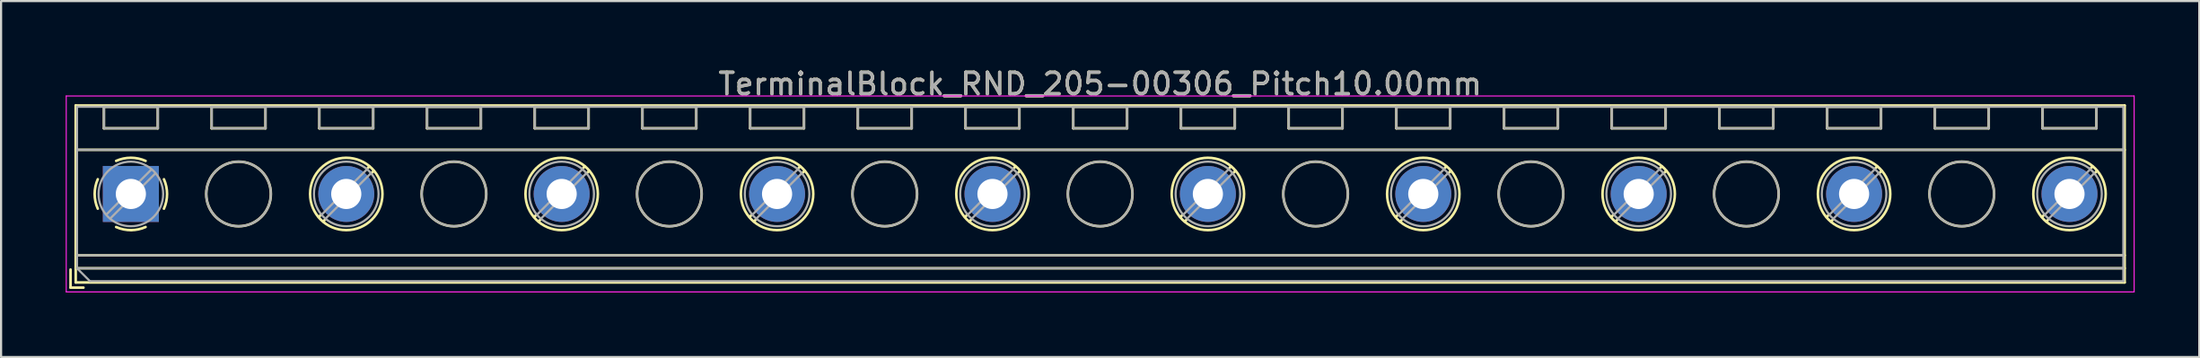
<source format=kicad_pcb>
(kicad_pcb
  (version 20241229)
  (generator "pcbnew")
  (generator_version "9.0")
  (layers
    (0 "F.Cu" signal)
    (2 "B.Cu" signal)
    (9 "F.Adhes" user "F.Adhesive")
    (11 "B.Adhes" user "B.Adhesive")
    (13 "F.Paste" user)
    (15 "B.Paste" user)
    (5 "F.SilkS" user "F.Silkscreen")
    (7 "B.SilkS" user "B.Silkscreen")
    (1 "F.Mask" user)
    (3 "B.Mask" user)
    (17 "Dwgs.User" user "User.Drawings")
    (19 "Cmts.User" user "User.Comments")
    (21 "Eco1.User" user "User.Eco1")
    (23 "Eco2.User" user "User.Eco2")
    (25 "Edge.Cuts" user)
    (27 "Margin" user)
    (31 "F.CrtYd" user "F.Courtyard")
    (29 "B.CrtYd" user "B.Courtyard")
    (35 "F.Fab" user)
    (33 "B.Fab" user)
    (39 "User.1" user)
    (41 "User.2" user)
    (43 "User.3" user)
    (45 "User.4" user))
  (footprint "TerminalBlock_RND_205-00306_Pitch10.00mm"
    (layer "F.Cu")
    (at 3.025 5.958)
    (property "Reference" "TerminalBlock_RND_205-00306_Pitch10.00mm" (at 45 -5.11 0) (layer "F.SilkS") (effects (font (size 1 1) (thickness 0.15))))
    (attr through_hole)
    (fp_line (start -2.8 3.51) (end -2.8 4.35) (stroke (width 0.12) (type solid)) (layer "F.SilkS"))
    (fp_line (start -2.8 4.35) (end -2.2 4.35) (stroke (width 0.12) (type solid)) (layer "F.SilkS"))
    (fp_line (start -2.56 -4.11) (end -2.56 4.11) (stroke (width 0.12) (type solid)) (layer "F.SilkS"))
    (fp_line (start -2.56 -2.05) (end 92.56 -2.05) (stroke (width 0.12) (type solid)) (layer "F.SilkS"))
    (fp_line (start -2.56 2.85) (end 92.56 2.85) (stroke (width 0.12) (type solid)) (layer "F.SilkS"))
    (fp_line (start -2.56 3.45) (end 92.56 3.45) (stroke (width 0.12) (type solid)) (layer "F.SilkS"))
    (fp_line (start -2.56 4.11) (end 92.56 4.11) (stroke (width 0.12) (type solid)) (layer "F.SilkS"))
    (fp_line (start -1.25 -4.05) (end -1.25 -3.05) (stroke (width 0.12) (type solid)) (layer "F.SilkS"))
    (fp_line (start -1.25 -4.05) (end 1.25 -4.05) (stroke (width 0.12) (type solid)) (layer "F.SilkS"))
    (fp_line (start -1.25 -3.05) (end 1.25 -3.05) (stroke (width 0.12) (type solid)) (layer "F.SilkS"))
    (fp_line (start 1.25 -4.05) (end 1.25 -3.05) (stroke (width 0.12) (type solid)) (layer "F.SilkS"))
    (fp_line (start 3.75 -4.05) (end 3.75 -3.05) (stroke (width 0.12) (type solid)) (layer "F.SilkS"))
    (fp_line (start 3.75 -4.05) (end 6.25 -4.05) (stroke (width 0.12) (type solid)) (layer "F.SilkS"))
    (fp_line (start 3.75 -3.05) (end 6.25 -3.05) (stroke (width 0.12) (type solid)) (layer "F.SilkS"))
    (fp_line (start 6.25 -4.05) (end 6.25 -3.05) (stroke (width 0.12) (type solid)) (layer "F.SilkS"))
    (fp_line (start 8.75 -4.05) (end 8.75 -3.05) (stroke (width 0.12) (type solid)) (layer "F.SilkS"))
    (fp_line (start 8.75 -4.05) (end 11.25 -4.05) (stroke (width 0.12) (type solid)) (layer "F.SilkS"))
    (fp_line (start 8.75 -3.05) (end 11.25 -3.05) (stroke (width 0.12) (type solid)) (layer "F.SilkS"))
    (fp_line (start 8.82 0.976) (end 8.726 1.069) (stroke (width 0.12) (type solid)) (layer "F.SilkS"))
    (fp_line (start 9.002 1.204) (end 8.931 1.274) (stroke (width 0.12) (type solid)) (layer "F.SilkS"))
    (fp_line (start 11.07 -1.275) (end 10.999 -1.204) (stroke (width 0.12) (type solid)) (layer "F.SilkS"))
    (fp_line (start 11.25 -4.05) (end 11.25 -3.05) (stroke (width 0.12) (type solid)) (layer "F.SilkS"))
    (fp_line (start 11.275 -1.069) (end 11.181 -0.976) (stroke (width 0.12) (type solid)) (layer "F.SilkS"))
    (fp_line (start 13.75 -4.05) (end 13.75 -3.05) (stroke (width 0.12) (type solid)) (layer "F.SilkS"))
    (fp_line (start 13.75 -4.05) (end 16.25 -4.05) (stroke (width 0.12) (type solid)) (layer "F.SilkS"))
    (fp_line (start 13.75 -3.05) (end 16.25 -3.05) (stroke (width 0.12) (type solid)) (layer "F.SilkS"))
    (fp_line (start 16.25 -4.05) (end 16.25 -3.05) (stroke (width 0.12) (type solid)) (layer "F.SilkS"))
    (fp_line (start 18.75 -4.05) (end 18.75 -3.05) (stroke (width 0.12) (type solid)) (layer "F.SilkS"))
    (fp_line (start 18.75 -4.05) (end 21.25 -4.05) (stroke (width 0.12) (type solid)) (layer "F.SilkS"))
    (fp_line (start 18.75 -3.05) (end 21.25 -3.05) (stroke (width 0.12) (type solid)) (layer "F.SilkS"))
    (fp_line (start 18.82 0.976) (end 18.726 1.069) (stroke (width 0.12) (type solid)) (layer "F.SilkS"))
    (fp_line (start 19.002 1.204) (end 18.931 1.274) (stroke (width 0.12) (type solid)) (layer "F.SilkS"))
    (fp_line (start 21.07 -1.275) (end 20.999 -1.204) (stroke (width 0.12) (type solid)) (layer "F.SilkS"))
    (fp_line (start 21.25 -4.05) (end 21.25 -3.05) (stroke (width 0.12) (type solid)) (layer "F.SilkS"))
    (fp_line (start 21.275 -1.069) (end 21.181 -0.976) (stroke (width 0.12) (type solid)) (layer "F.SilkS"))
    (fp_line (start 23.75 -4.05) (end 23.75 -3.05) (stroke (width 0.12) (type solid)) (layer "F.SilkS"))
    (fp_line (start 23.75 -4.05) (end 26.25 -4.05) (stroke (width 0.12) (type solid)) (layer "F.SilkS"))
    (fp_line (start 23.75 -3.05) (end 26.25 -3.05) (stroke (width 0.12) (type solid)) (layer "F.SilkS"))
    (fp_line (start 26.25 -4.05) (end 26.25 -3.05) (stroke (width 0.12) (type solid)) (layer "F.SilkS"))
    (fp_line (start 28.75 -4.05) (end 28.75 -3.05) (stroke (width 0.12) (type solid)) (layer "F.SilkS"))
    (fp_line (start 28.75 -4.05) (end 31.25 -4.05) (stroke (width 0.12) (type solid)) (layer "F.SilkS"))
    (fp_line (start 28.75 -3.05) (end 31.25 -3.05) (stroke (width 0.12) (type solid)) (layer "F.SilkS"))
    (fp_line (start 28.82 0.976) (end 28.726 1.069) (stroke (width 0.12) (type solid)) (layer "F.SilkS"))
    (fp_line (start 29.002 1.204) (end 28.931 1.274) (stroke (width 0.12) (type solid)) (layer "F.SilkS"))
    (fp_line (start 31.07 -1.275) (end 30.999 -1.204) (stroke (width 0.12) (type solid)) (layer "F.SilkS"))
    (fp_line (start 31.25 -4.05) (end 31.25 -3.05) (stroke (width 0.12) (type solid)) (layer "F.SilkS"))
    (fp_line (start 31.275 -1.069) (end 31.181 -0.976) (stroke (width 0.12) (type solid)) (layer "F.SilkS"))
    (fp_line (start 33.75 -4.05) (end 33.75 -3.05) (stroke (width 0.12) (type solid)) (layer "F.SilkS"))
    (fp_line (start 33.75 -4.05) (end 36.25 -4.05) (stroke (width 0.12) (type solid)) (layer "F.SilkS"))
    (fp_line (start 33.75 -3.05) (end 36.25 -3.05) (stroke (width 0.12) (type solid)) (layer "F.SilkS"))
    (fp_line (start 36.25 -4.05) (end 36.25 -3.05) (stroke (width 0.12) (type solid)) (layer "F.SilkS"))
    (fp_line (start 38.75 -4.05) (end 38.75 -3.05) (stroke (width 0.12) (type solid)) (layer "F.SilkS"))
    (fp_line (start 38.75 -4.05) (end 41.25 -4.05) (stroke (width 0.12) (type solid)) (layer "F.SilkS"))
    (fp_line (start 38.75 -3.05) (end 41.25 -3.05) (stroke (width 0.12) (type solid)) (layer "F.SilkS"))
    (fp_line (start 38.82 0.976) (end 38.726 1.069) (stroke (width 0.12) (type solid)) (layer "F.SilkS"))
    (fp_line (start 39.002 1.204) (end 38.931 1.274) (stroke (width 0.12) (type solid)) (layer "F.SilkS"))
    (fp_line (start 41.07 -1.275) (end 40.999 -1.204) (stroke (width 0.12) (type solid)) (layer "F.SilkS"))
    (fp_line (start 41.25 -4.05) (end 41.25 -3.05) (stroke (width 0.12) (type solid)) (layer "F.SilkS"))
    (fp_line (start 41.275 -1.069) (end 41.181 -0.976) (stroke (width 0.12) (type solid)) (layer "F.SilkS"))
    (fp_line (start 43.75 -4.05) (end 43.75 -3.05) (stroke (width 0.12) (type solid)) (layer "F.SilkS"))
    (fp_line (start 43.75 -4.05) (end 46.25 -4.05) (stroke (width 0.12) (type solid)) (layer "F.SilkS"))
    (fp_line (start 43.75 -3.05) (end 46.25 -3.05) (stroke (width 0.12) (type solid)) (layer "F.SilkS"))
    (fp_line (start 46.25 -4.05) (end 46.25 -3.05) (stroke (width 0.12) (type solid)) (layer "F.SilkS"))
    (fp_line (start 48.75 -4.05) (end 48.75 -3.05) (stroke (width 0.12) (type solid)) (layer "F.SilkS"))
    (fp_line (start 48.75 -4.05) (end 51.25 -4.05) (stroke (width 0.12) (type solid)) (layer "F.SilkS"))
    (fp_line (start 48.75 -3.05) (end 51.25 -3.05) (stroke (width 0.12) (type solid)) (layer "F.SilkS"))
    (fp_line (start 48.82 0.976) (end 48.726 1.069) (stroke (width 0.12) (type solid)) (layer "F.SilkS"))
    (fp_line (start 49.002 1.204) (end 48.931 1.274) (stroke (width 0.12) (type solid)) (layer "F.SilkS"))
    (fp_line (start 51.07 -1.275) (end 50.999 -1.204) (stroke (width 0.12) (type solid)) (layer "F.SilkS"))
    (fp_line (start 51.25 -4.05) (end 51.25 -3.05) (stroke (width 0.12) (type solid)) (layer "F.SilkS"))
    (fp_line (start 51.275 -1.069) (end 51.181 -0.976) (stroke (width 0.12) (type solid)) (layer "F.SilkS"))
    (fp_line (start 53.75 -4.05) (end 53.75 -3.05) (stroke (width 0.12) (type solid)) (layer "F.SilkS"))
    (fp_line (start 53.75 -4.05) (end 56.25 -4.05) (stroke (width 0.12) (type solid)) (layer "F.SilkS"))
    (fp_line (start 53.75 -3.05) (end 56.25 -3.05) (stroke (width 0.12) (type solid)) (layer "F.SilkS"))
    (fp_line (start 56.25 -4.05) (end 56.25 -3.05) (stroke (width 0.12) (type solid)) (layer "F.SilkS"))
    (fp_line (start 58.75 -4.05) (end 58.75 -3.05) (stroke (width 0.12) (type solid)) (layer "F.SilkS"))
    (fp_line (start 58.75 -4.05) (end 61.25 -4.05) (stroke (width 0.12) (type solid)) (layer "F.SilkS"))
    (fp_line (start 58.75 -3.05) (end 61.25 -3.05) (stroke (width 0.12) (type solid)) (layer "F.SilkS"))
    (fp_line (start 58.82 0.976) (end 58.726 1.069) (stroke (width 0.12) (type solid)) (layer "F.SilkS"))
    (fp_line (start 59.002 1.204) (end 58.931 1.274) (stroke (width 0.12) (type solid)) (layer "F.SilkS"))
    (fp_line (start 61.07 -1.275) (end 60.999 -1.204) (stroke (width 0.12) (type solid)) (layer "F.SilkS"))
    (fp_line (start 61.25 -4.05) (end 61.25 -3.05) (stroke (width 0.12) (type solid)) (layer "F.SilkS"))
    (fp_line (start 61.275 -1.069) (end 61.181 -0.976) (stroke (width 0.12) (type solid)) (layer "F.SilkS"))
    (fp_line (start 63.75 -4.05) (end 63.75 -3.05) (stroke (width 0.12) (type solid)) (layer "F.SilkS"))
    (fp_line (start 63.75 -4.05) (end 66.25 -4.05) (stroke (width 0.12) (type solid)) (layer "F.SilkS"))
    (fp_line (start 63.75 -3.05) (end 66.25 -3.05) (stroke (width 0.12) (type solid)) (layer "F.SilkS"))
    (fp_line (start 66.25 -4.05) (end 66.25 -3.05) (stroke (width 0.12) (type solid)) (layer "F.SilkS"))
    (fp_line (start 68.75 -4.05) (end 68.75 -3.05) (stroke (width 0.12) (type solid)) (layer "F.SilkS"))
    (fp_line (start 68.75 -4.05) (end 71.25 -4.05) (stroke (width 0.12) (type solid)) (layer "F.SilkS"))
    (fp_line (start 68.75 -3.05) (end 71.25 -3.05) (stroke (width 0.12) (type solid)) (layer "F.SilkS"))
    (fp_line (start 68.82 0.976) (end 68.726 1.069) (stroke (width 0.12) (type solid)) (layer "F.SilkS"))
    (fp_line (start 69.002 1.204) (end 68.931 1.274) (stroke (width 0.12) (type solid)) (layer "F.SilkS"))
    (fp_line (start 71.07 -1.275) (end 70.999 -1.204) (stroke (width 0.12) (type solid)) (layer "F.SilkS"))
    (fp_line (start 71.25 -4.05) (end 71.25 -3.05) (stroke (width 0.12) (type solid)) (layer "F.SilkS"))
    (fp_line (start 71.275 -1.069) (end 71.181 -0.976) (stroke (width 0.12) (type solid)) (layer "F.SilkS"))
    (fp_line (start 73.75 -4.05) (end 73.75 -3.05) (stroke (width 0.12) (type solid)) (layer "F.SilkS"))
    (fp_line (start 73.75 -4.05) (end 76.25 -4.05) (stroke (width 0.12) (type solid)) (layer "F.SilkS"))
    (fp_line (start 73.75 -3.05) (end 76.25 -3.05) (stroke (width 0.12) (type solid)) (layer "F.SilkS"))
    (fp_line (start 76.25 -4.05) (end 76.25 -3.05) (stroke (width 0.12) (type solid)) (layer "F.SilkS"))
    (fp_line (start 78.75 -4.05) (end 78.75 -3.05) (stroke (width 0.12) (type solid)) (layer "F.SilkS"))
    (fp_line (start 78.75 -4.05) (end 81.25 -4.05) (stroke (width 0.12) (type solid)) (layer "F.SilkS"))
    (fp_line (start 78.75 -3.05) (end 81.25 -3.05) (stroke (width 0.12) (type solid)) (layer "F.SilkS"))
    (fp_line (start 78.82 0.976) (end 78.726 1.069) (stroke (width 0.12) (type solid)) (layer "F.SilkS"))
    (fp_line (start 79.002 1.204) (end 78.931 1.274) (stroke (width 0.12) (type solid)) (layer "F.SilkS"))
    (fp_line (start 81.07 -1.275) (end 80.999 -1.204) (stroke (width 0.12) (type solid)) (layer "F.SilkS"))
    (fp_line (start 81.25 -4.05) (end 81.25 -3.05) (stroke (width 0.12) (type solid)) (layer "F.SilkS"))
    (fp_line (start 81.275 -1.069) (end 81.181 -0.976) (stroke (width 0.12) (type solid)) (layer "F.SilkS"))
    (fp_line (start 83.75 -4.05) (end 83.75 -3.05) (stroke (width 0.12) (type solid)) (layer "F.SilkS"))
    (fp_line (start 83.75 -4.05) (end 86.25 -4.05) (stroke (width 0.12) (type solid)) (layer "F.SilkS"))
    (fp_line (start 83.75 -3.05) (end 86.25 -3.05) (stroke (width 0.12) (type solid)) (layer "F.SilkS"))
    (fp_line (start 86.25 -4.05) (end 86.25 -3.05) (stroke (width 0.12) (type solid)) (layer "F.SilkS"))
    (fp_line (start 88.75 -4.05) (end 88.75 -3.05) (stroke (width 0.12) (type solid)) (layer "F.SilkS"))
    (fp_line (start 88.75 -4.05) (end 91.25 -4.05) (stroke (width 0.12) (type solid)) (layer "F.SilkS"))
    (fp_line (start 88.75 -3.05) (end 91.25 -3.05) (stroke (width 0.12) (type solid)) (layer "F.SilkS"))
    (fp_line (start 88.82 0.976) (end 88.726 1.069) (stroke (width 0.12) (type solid)) (layer "F.SilkS"))
    (fp_line (start 89.002 1.204) (end 88.931 1.274) (stroke (width 0.12) (type solid)) (layer "F.SilkS"))
    (fp_line (start 91.07 -1.275) (end 90.999 -1.204) (stroke (width 0.12) (type solid)) (layer "F.SilkS"))
    (fp_line (start 91.25 -4.05) (end 91.25 -3.05) (stroke (width 0.12) (type solid)) (layer "F.SilkS"))
    (fp_line (start 91.275 -1.069) (end 91.181 -0.976) (stroke (width 0.12) (type solid)) (layer "F.SilkS"))
    (fp_line (start 92.56 -4.11) (end -2.56 -4.11) (stroke (width 0.12) (type solid)) (layer "F.SilkS"))
    (fp_line (start 92.56 4.11) (end 92.56 -4.11) (stroke (width 0.12) (type solid)) (layer "F.SilkS"))
    (fp_arc (start -1.535427 0.683042) (mid -1.680501 -0.000524) (end -1.535 -0.684) (stroke (width 0.12) (type solid)) (layer "F.SilkS"))
    (fp_arc (start -0.683042 -1.535427) (mid 0.000524 -1.680501) (end 0.684 -1.535) (stroke (width 0.12) (type solid)) (layer "F.SilkS"))
    (fp_arc (start 0.028805 1.680253) (mid -0.335551 1.646659) (end -0.684 1.535) (stroke (width 0.12) (type solid)) (layer "F.SilkS"))
    (fp_arc (start 0.683318 1.534756) (mid 0.349292 1.643288) (end 0 1.68) (stroke (width 0.12) (type solid)) (layer "F.SilkS"))
    (fp_arc (start 1.535427 -0.683042) (mid 1.680501 0.000524) (end 1.535 0.684) (stroke (width 0.12) (type solid)) (layer "F.SilkS"))
    (fp_circle (center 5 0) (end 6.5 0) (stroke (width 0.12) (type solid)) (fill no) (layer "F.SilkS"))
    (fp_circle (center 10 0) (end 11.68 0) (stroke (width 0.12) (type solid)) (fill no) (layer "F.SilkS"))
    (fp_circle (center 15 0) (end 16.5 0) (stroke (width 0.12) (type solid)) (fill no) (layer "F.SilkS"))
    (fp_circle (center 20 0) (end 21.68 0) (stroke (width 0.12) (type solid)) (fill no) (layer "F.SilkS"))
    (fp_circle (center 25 0) (end 26.5 0) (stroke (width 0.12) (type solid)) (fill no) (layer "F.SilkS"))
    (fp_circle (center 30 0) (end 31.68 0) (stroke (width 0.12) (type solid)) (fill no) (layer "F.SilkS"))
    (fp_circle (center 35 0) (end 36.5 0) (stroke (width 0.12) (type solid)) (fill no) (layer "F.SilkS"))
    (fp_circle (center 40 0) (end 41.68 0) (stroke (width 0.12) (type solid)) (fill no) (layer "F.SilkS"))
    (fp_circle (center 45 0) (end 46.5 0) (stroke (width 0.12) (type solid)) (fill no) (layer "F.SilkS"))
    (fp_circle (center 50 0) (end 51.68 0) (stroke (width 0.12) (type solid)) (fill no) (layer "F.SilkS"))
    (fp_circle (center 55 0) (end 56.5 0) (stroke (width 0.12) (type solid)) (fill no) (layer "F.SilkS"))
    (fp_circle (center 60 0) (end 61.68 0) (stroke (width 0.12) (type solid)) (fill no) (layer "F.SilkS"))
    (fp_circle (center 65 0) (end 66.5 0) (stroke (width 0.12) (type solid)) (fill no) (layer "F.SilkS"))
    (fp_circle (center 70 0) (end 71.68 0) (stroke (width 0.12) (type solid)) (fill no) (layer "F.SilkS"))
    (fp_circle (center 75 0) (end 76.5 0) (stroke (width 0.12) (type solid)) (fill no) (layer "F.SilkS"))
    (fp_circle (center 80 0) (end 81.68 0) (stroke (width 0.12) (type solid)) (fill no) (layer "F.SilkS"))
    (fp_circle (center 85 0) (end 86.5 0) (stroke (width 0.12) (type solid)) (fill no) (layer "F.SilkS"))
    (fp_circle (center 90 0) (end 91.68 0) (stroke (width 0.12) (type solid)) (fill no) (layer "F.SilkS"))
    (fp_line (start -3 -4.55) (end -3 4.55) (stroke (width 0.05) (type solid)) (layer "F.CrtYd"))
    (fp_line (start -3 4.55) (end 93 4.55) (stroke (width 0.05) (type solid)) (layer "F.CrtYd"))
    (fp_line (start 93 -4.55) (end -3 -4.55) (stroke (width 0.05) (type solid)) (layer "F.CrtYd"))
    (fp_line (start 93 4.55) (end 93 -4.55) (stroke (width 0.05) (type solid)) (layer "F.CrtYd"))
    (fp_line (start -2.5 -4.05) (end 92.5 -4.05) (stroke (width 0.1) (type solid)) (layer "F.Fab"))
    (fp_line (start -2.5 -2.05) (end 92.5 -2.05) (stroke (width 0.1) (type solid)) (layer "F.Fab"))
    (fp_line (start -2.5 2.85) (end 92.5 2.85) (stroke (width 0.1) (type solid)) (layer "F.Fab"))
    (fp_line (start -2.5 3.45) (end -2.5 -4.05) (stroke (width 0.1) (type solid)) (layer "F.Fab"))
    (fp_line (start -2.5 3.45) (end 92.5 3.45) (stroke (width 0.1) (type solid)) (layer "F.Fab"))
    (fp_line (start -1.9 4.05) (end -2.5 3.45) (stroke (width 0.1) (type solid)) (layer "F.Fab"))
    (fp_line (start -1.25 -4.05) (end -1.25 -3.05) (stroke (width 0.1) (type solid)) (layer "F.Fab"))
    (fp_line (start -1.25 -3.05) (end 1.25 -3.05) (stroke (width 0.1) (type solid)) (layer "F.Fab"))
    (fp_line (start 0.955 -1.138) (end -1.138 0.955) (stroke (width 0.1) (type solid)) (layer "F.Fab"))
    (fp_line (start 1.138 -0.955) (end -0.955 1.138) (stroke (width 0.1) (type solid)) (layer "F.Fab"))
    (fp_line (start 1.25 -4.05) (end -1.25 -4.05) (stroke (width 0.1) (type solid)) (layer "F.Fab"))
    (fp_line (start 1.25 -3.05) (end 1.25 -4.05) (stroke (width 0.1) (type solid)) (layer "F.Fab"))
    (fp_line (start 3.75 -4.05) (end 3.75 -3.05) (stroke (width 0.1) (type solid)) (layer "F.Fab"))
    (fp_line (start 3.75 -3.05) (end 6.25 -3.05) (stroke (width 0.1) (type solid)) (layer "F.Fab"))
    (fp_line (start 6.25 -4.05) (end 3.75 -4.05) (stroke (width 0.1) (type solid)) (layer "F.Fab"))
    (fp_line (start 6.25 -3.05) (end 6.25 -4.05) (stroke (width 0.1) (type solid)) (layer "F.Fab"))
    (fp_line (start 8.75 -4.05) (end 8.75 -3.05) (stroke (width 0.1) (type solid)) (layer "F.Fab"))
    (fp_line (start 8.75 -3.05) (end 11.25 -3.05) (stroke (width 0.1) (type solid)) (layer "F.Fab"))
    (fp_line (start 10.955 -1.138) (end 8.863 0.955) (stroke (width 0.1) (type solid)) (layer "F.Fab"))
    (fp_line (start 11.138 -0.955) (end 9.046 1.138) (stroke (width 0.1) (type solid)) (layer "F.Fab"))
    (fp_line (start 11.25 -4.05) (end 8.75 -4.05) (stroke (width 0.1) (type solid)) (layer "F.Fab"))
    (fp_line (start 11.25 -3.05) (end 11.25 -4.05) (stroke (width 0.1) (type solid)) (layer "F.Fab"))
    (fp_line (start 13.75 -4.05) (end 13.75 -3.05) (stroke (width 0.1) (type solid)) (layer "F.Fab"))
    (fp_line (start 13.75 -3.05) (end 16.25 -3.05) (stroke (width 0.1) (type solid)) (layer "F.Fab"))
    (fp_line (start 16.25 -4.05) (end 13.75 -4.05) (stroke (width 0.1) (type solid)) (layer "F.Fab"))
    (fp_line (start 16.25 -3.05) (end 16.25 -4.05) (stroke (width 0.1) (type solid)) (layer "F.Fab"))
    (fp_line (start 18.75 -4.05) (end 18.75 -3.05) (stroke (width 0.1) (type solid)) (layer "F.Fab"))
    (fp_line (start 18.75 -3.05) (end 21.25 -3.05) (stroke (width 0.1) (type solid)) (layer "F.Fab"))
    (fp_line (start 20.955 -1.138) (end 18.863 0.955) (stroke (width 0.1) (type solid)) (layer "F.Fab"))
    (fp_line (start 21.138 -0.955) (end 19.046 1.138) (stroke (width 0.1) (type solid)) (layer "F.Fab"))
    (fp_line (start 21.25 -4.05) (end 18.75 -4.05) (stroke (width 0.1) (type solid)) (layer "F.Fab"))
    (fp_line (start 21.25 -3.05) (end 21.25 -4.05) (stroke (width 0.1) (type solid)) (layer "F.Fab"))
    (fp_line (start 23.75 -4.05) (end 23.75 -3.05) (stroke (width 0.1) (type solid)) (layer "F.Fab"))
    (fp_line (start 23.75 -3.05) (end 26.25 -3.05) (stroke (width 0.1) (type solid)) (layer "F.Fab"))
    (fp_line (start 26.25 -4.05) (end 23.75 -4.05) (stroke (width 0.1) (type solid)) (layer "F.Fab"))
    (fp_line (start 26.25 -3.05) (end 26.25 -4.05) (stroke (width 0.1) (type solid)) (layer "F.Fab"))
    (fp_line (start 28.75 -4.05) (end 28.75 -3.05) (stroke (width 0.1) (type solid)) (layer "F.Fab"))
    (fp_line (start 28.75 -3.05) (end 31.25 -3.05) (stroke (width 0.1) (type solid)) (layer "F.Fab"))
    (fp_line (start 30.955 -1.138) (end 28.863 0.955) (stroke (width 0.1) (type solid)) (layer "F.Fab"))
    (fp_line (start 31.138 -0.955) (end 29.046 1.138) (stroke (width 0.1) (type solid)) (layer "F.Fab"))
    (fp_line (start 31.25 -4.05) (end 28.75 -4.05) (stroke (width 0.1) (type solid)) (layer "F.Fab"))
    (fp_line (start 31.25 -3.05) (end 31.25 -4.05) (stroke (width 0.1) (type solid)) (layer "F.Fab"))
    (fp_line (start 33.75 -4.05) (end 33.75 -3.05) (stroke (width 0.1) (type solid)) (layer "F.Fab"))
    (fp_line (start 33.75 -3.05) (end 36.25 -3.05) (stroke (width 0.1) (type solid)) (layer "F.Fab"))
    (fp_line (start 36.25 -4.05) (end 33.75 -4.05) (stroke (width 0.1) (type solid)) (layer "F.Fab"))
    (fp_line (start 36.25 -3.05) (end 36.25 -4.05) (stroke (width 0.1) (type solid)) (layer "F.Fab"))
    (fp_line (start 38.75 -4.05) (end 38.75 -3.05) (stroke (width 0.1) (type solid)) (layer "F.Fab"))
    (fp_line (start 38.75 -3.05) (end 41.25 -3.05) (stroke (width 0.1) (type solid)) (layer "F.Fab"))
    (fp_line (start 40.955 -1.138) (end 38.863 0.955) (stroke (width 0.1) (type solid)) (layer "F.Fab"))
    (fp_line (start 41.138 -0.955) (end 39.046 1.138) (stroke (width 0.1) (type solid)) (layer "F.Fab"))
    (fp_line (start 41.25 -4.05) (end 38.75 -4.05) (stroke (width 0.1) (type solid)) (layer "F.Fab"))
    (fp_line (start 41.25 -3.05) (end 41.25 -4.05) (stroke (width 0.1) (type solid)) (layer "F.Fab"))
    (fp_line (start 43.75 -4.05) (end 43.75 -3.05) (stroke (width 0.1) (type solid)) (layer "F.Fab"))
    (fp_line (start 43.75 -3.05) (end 46.25 -3.05) (stroke (width 0.1) (type solid)) (layer "F.Fab"))
    (fp_line (start 46.25 -4.05) (end 43.75 -4.05) (stroke (width 0.1) (type solid)) (layer "F.Fab"))
    (fp_line (start 46.25 -3.05) (end 46.25 -4.05) (stroke (width 0.1) (type solid)) (layer "F.Fab"))
    (fp_line (start 48.75 -4.05) (end 48.75 -3.05) (stroke (width 0.1) (type solid)) (layer "F.Fab"))
    (fp_line (start 48.75 -3.05) (end 51.25 -3.05) (stroke (width 0.1) (type solid)) (layer "F.Fab"))
    (fp_line (start 50.955 -1.138) (end 48.863 0.955) (stroke (width 0.1) (type solid)) (layer "F.Fab"))
    (fp_line (start 51.138 -0.955) (end 49.046 1.138) (stroke (width 0.1) (type solid)) (layer "F.Fab"))
    (fp_line (start 51.25 -4.05) (end 48.75 -4.05) (stroke (width 0.1) (type solid)) (layer "F.Fab"))
    (fp_line (start 51.25 -3.05) (end 51.25 -4.05) (stroke (width 0.1) (type solid)) (layer "F.Fab"))
    (fp_line (start 53.75 -4.05) (end 53.75 -3.05) (stroke (width 0.1) (type solid)) (layer "F.Fab"))
    (fp_line (start 53.75 -3.05) (end 56.25 -3.05) (stroke (width 0.1) (type solid)) (layer "F.Fab"))
    (fp_line (start 56.25 -4.05) (end 53.75 -4.05) (stroke (width 0.1) (type solid)) (layer "F.Fab"))
    (fp_line (start 56.25 -3.05) (end 56.25 -4.05) (stroke (width 0.1) (type solid)) (layer "F.Fab"))
    (fp_line (start 58.75 -4.05) (end 58.75 -3.05) (stroke (width 0.1) (type solid)) (layer "F.Fab"))
    (fp_line (start 58.75 -3.05) (end 61.25 -3.05) (stroke (width 0.1) (type solid)) (layer "F.Fab"))
    (fp_line (start 60.955 -1.138) (end 58.863 0.955) (stroke (width 0.1) (type solid)) (layer "F.Fab"))
    (fp_line (start 61.138 -0.955) (end 59.046 1.138) (stroke (width 0.1) (type solid)) (layer "F.Fab"))
    (fp_line (start 61.25 -4.05) (end 58.75 -4.05) (stroke (width 0.1) (type solid)) (layer "F.Fab"))
    (fp_line (start 61.25 -3.05) (end 61.25 -4.05) (stroke (width 0.1) (type solid)) (layer "F.Fab"))
    (fp_line (start 63.75 -4.05) (end 63.75 -3.05) (stroke (width 0.1) (type solid)) (layer "F.Fab"))
    (fp_line (start 63.75 -3.05) (end 66.25 -3.05) (stroke (width 0.1) (type solid)) (layer "F.Fab"))
    (fp_line (start 66.25 -4.05) (end 63.75 -4.05) (stroke (width 0.1) (type solid)) (layer "F.Fab"))
    (fp_line (start 66.25 -3.05) (end 66.25 -4.05) (stroke (width 0.1) (type solid)) (layer "F.Fab"))
    (fp_line (start 68.75 -4.05) (end 68.75 -3.05) (stroke (width 0.1) (type solid)) (layer "F.Fab"))
    (fp_line (start 68.75 -3.05) (end 71.25 -3.05) (stroke (width 0.1) (type solid)) (layer "F.Fab"))
    (fp_line (start 70.955 -1.138) (end 68.863 0.955) (stroke (width 0.1) (type solid)) (layer "F.Fab"))
    (fp_line (start 71.138 -0.955) (end 69.046 1.138) (stroke (width 0.1) (type solid)) (layer "F.Fab"))
    (fp_line (start 71.25 -4.05) (end 68.75 -4.05) (stroke (width 0.1) (type solid)) (layer "F.Fab"))
    (fp_line (start 71.25 -3.05) (end 71.25 -4.05) (stroke (width 0.1) (type solid)) (layer "F.Fab"))
    (fp_line (start 73.75 -4.05) (end 73.75 -3.05) (stroke (width 0.1) (type solid)) (layer "F.Fab"))
    (fp_line (start 73.75 -3.05) (end 76.25 -3.05) (stroke (width 0.1) (type solid)) (layer "F.Fab"))
    (fp_line (start 76.25 -4.05) (end 73.75 -4.05) (stroke (width 0.1) (type solid)) (layer "F.Fab"))
    (fp_line (start 76.25 -3.05) (end 76.25 -4.05) (stroke (width 0.1) (type solid)) (layer "F.Fab"))
    (fp_line (start 78.75 -4.05) (end 78.75 -3.05) (stroke (width 0.1) (type solid)) (layer "F.Fab"))
    (fp_line (start 78.75 -3.05) (end 81.25 -3.05) (stroke (width 0.1) (type solid)) (layer "F.Fab"))
    (fp_line (start 80.955 -1.138) (end 78.863 0.955) (stroke (width 0.1) (type solid)) (layer "F.Fab"))
    (fp_line (start 81.138 -0.955) (end 79.046 1.138) (stroke (width 0.1) (type solid)) (layer "F.Fab"))
    (fp_line (start 81.25 -4.05) (end 78.75 -4.05) (stroke (width 0.1) (type solid)) (layer "F.Fab"))
    (fp_line (start 81.25 -3.05) (end 81.25 -4.05) (stroke (width 0.1) (type solid)) (layer "F.Fab"))
    (fp_line (start 83.75 -4.05) (end 83.75 -3.05) (stroke (width 0.1) (type solid)) (layer "F.Fab"))
    (fp_line (start 83.75 -3.05) (end 86.25 -3.05) (stroke (width 0.1) (type solid)) (layer "F.Fab"))
    (fp_line (start 86.25 -4.05) (end 83.75 -4.05) (stroke (width 0.1) (type solid)) (layer "F.Fab"))
    (fp_line (start 86.25 -3.05) (end 86.25 -4.05) (stroke (width 0.1) (type solid)) (layer "F.Fab"))
    (fp_line (start 88.75 -4.05) (end 88.75 -3.05) (stroke (width 0.1) (type solid)) (layer "F.Fab"))
    (fp_line (start 88.75 -3.05) (end 91.25 -3.05) (stroke (width 0.1) (type solid)) (layer "F.Fab"))
    (fp_line (start 90.955 -1.138) (end 88.863 0.955) (stroke (width 0.1) (type solid)) (layer "F.Fab"))
    (fp_line (start 91.138 -0.955) (end 89.046 1.138) (stroke (width 0.1) (type solid)) (layer "F.Fab"))
    (fp_line (start 91.25 -4.05) (end 88.75 -4.05) (stroke (width 0.1) (type solid)) (layer "F.Fab"))
    (fp_line (start 91.25 -3.05) (end 91.25 -4.05) (stroke (width 0.1) (type solid)) (layer "F.Fab"))
    (fp_line (start 92.5 -4.05) (end 92.5 4.05) (stroke (width 0.1) (type solid)) (layer "F.Fab"))
    (fp_line (start 92.5 4.05) (end -1.9 4.05) (stroke (width 0.1) (type solid)) (layer "F.Fab"))
    (fp_circle (center 0 0) (end 1.5 0) (stroke (width 0.1) (type solid)) (fill no) (layer "F.Fab"))
    (fp_circle (center 5 0) (end 6.5 0) (stroke (width 0.1) (type solid)) (fill no) (layer "F.Fab"))
    (fp_circle (center 10 0) (end 11.5 0) (stroke (width 0.1) (type solid)) (fill no) (layer "F.Fab"))
    (fp_circle (center 15 0) (end 16.5 0) (stroke (width 0.1) (type solid)) (fill no) (layer "F.Fab"))
    (fp_circle (center 20 0) (end 21.5 0) (stroke (width 0.1) (type solid)) (fill no) (layer "F.Fab"))
    (fp_circle (center 25 0) (end 26.5 0) (stroke (width 0.1) (type solid)) (fill no) (layer "F.Fab"))
    (fp_circle (center 30 0) (end 31.5 0) (stroke (width 0.1) (type solid)) (fill no) (layer "F.Fab"))
    (fp_circle (center 35 0) (end 36.5 0) (stroke (width 0.1) (type solid)) (fill no) (layer "F.Fab"))
    (fp_circle (center 40 0) (end 41.5 0) (stroke (width 0.1) (type solid)) (fill no) (layer "F.Fab"))
    (fp_circle (center 45 0) (end 46.5 0) (stroke (width 0.1) (type solid)) (fill no) (layer "F.Fab"))
    (fp_circle (center 50 0) (end 51.5 0) (stroke (width 0.1) (type solid)) (fill no) (layer "F.Fab"))
    (fp_circle (center 55 0) (end 56.5 0) (stroke (width 0.1) (type solid)) (fill no) (layer "F.Fab"))
    (fp_circle (center 60 0) (end 61.5 0) (stroke (width 0.1) (type solid)) (fill no) (layer "F.Fab"))
    (fp_circle (center 65 0) (end 66.5 0) (stroke (width 0.1) (type solid)) (fill no) (layer "F.Fab"))
    (fp_circle (center 70 0) (end 71.5 0) (stroke (width 0.1) (type solid)) (fill no) (layer "F.Fab"))
    (fp_circle (center 75 0) (end 76.5 0) (stroke (width 0.1) (type solid)) (fill no) (layer "F.Fab"))
    (fp_circle (center 80 0) (end 81.5 0) (stroke (width 0.1) (type solid)) (fill no) (layer "F.Fab"))
    (fp_circle (center 85 0) (end 86.5 0) (stroke (width 0.1) (type solid)) (fill no) (layer "F.Fab"))
    (fp_circle (center 90 0) (end 91.5 0) (stroke (width 0.1) (type solid)) (fill no) (layer "F.Fab"))
    (fp_text user "${REFERENCE}" (at 45 -5.11 0) (layer "F.Fab") (effects (font (size 1 1) (thickness 0.15))))
    (pad "1" thru_hole rect (at 0 0) (size 2.6 2.6) (drill 1.4) (layers "*.Cu" "*.Mask"))
    (pad "2" thru_hole oval (at 10 0) (size 2.6 2.6) (drill 1.4) (layers "*.Cu" "*.Mask"))
    (pad "3" thru_hole oval (at 20 0) (size 2.6 2.6) (drill 1.4) (layers "*.Cu" "*.Mask"))
    (pad "4" thru_hole oval (at 30 0) (size 2.6 2.6) (drill 1.4) (layers "*.Cu" "*.Mask"))
    (pad "5" thru_hole oval (at 40 0) (size 2.6 2.6) (drill 1.4) (layers "*.Cu" "*.Mask"))
    (pad "6" thru_hole oval (at 50 0) (size 2.6 2.6) (drill 1.4) (layers "*.Cu" "*.Mask"))
    (pad "7" thru_hole oval (at 60 0) (size 2.6 2.6) (drill 1.4) (layers "*.Cu" "*.Mask"))
    (pad "8" thru_hole oval (at 70 0) (size 2.6 2.6) (drill 1.4) (layers "*.Cu" "*.Mask"))
    (pad "9" thru_hole oval (at 80 0) (size 2.6 2.6) (drill 1.4) (layers "*.Cu" "*.Mask"))
    (pad "10" thru_hole oval (at 90 0) (size 2.6 2.6) (drill 1.4) (layers "*.Cu" "*.Mask")))
  (gr_rect
    (start -3 -3)
    (end 99.05 13.533)
    (stroke (width 0.1) (type default))
    (fill no)
    (layer "Edge.Cuts")))
</source>
